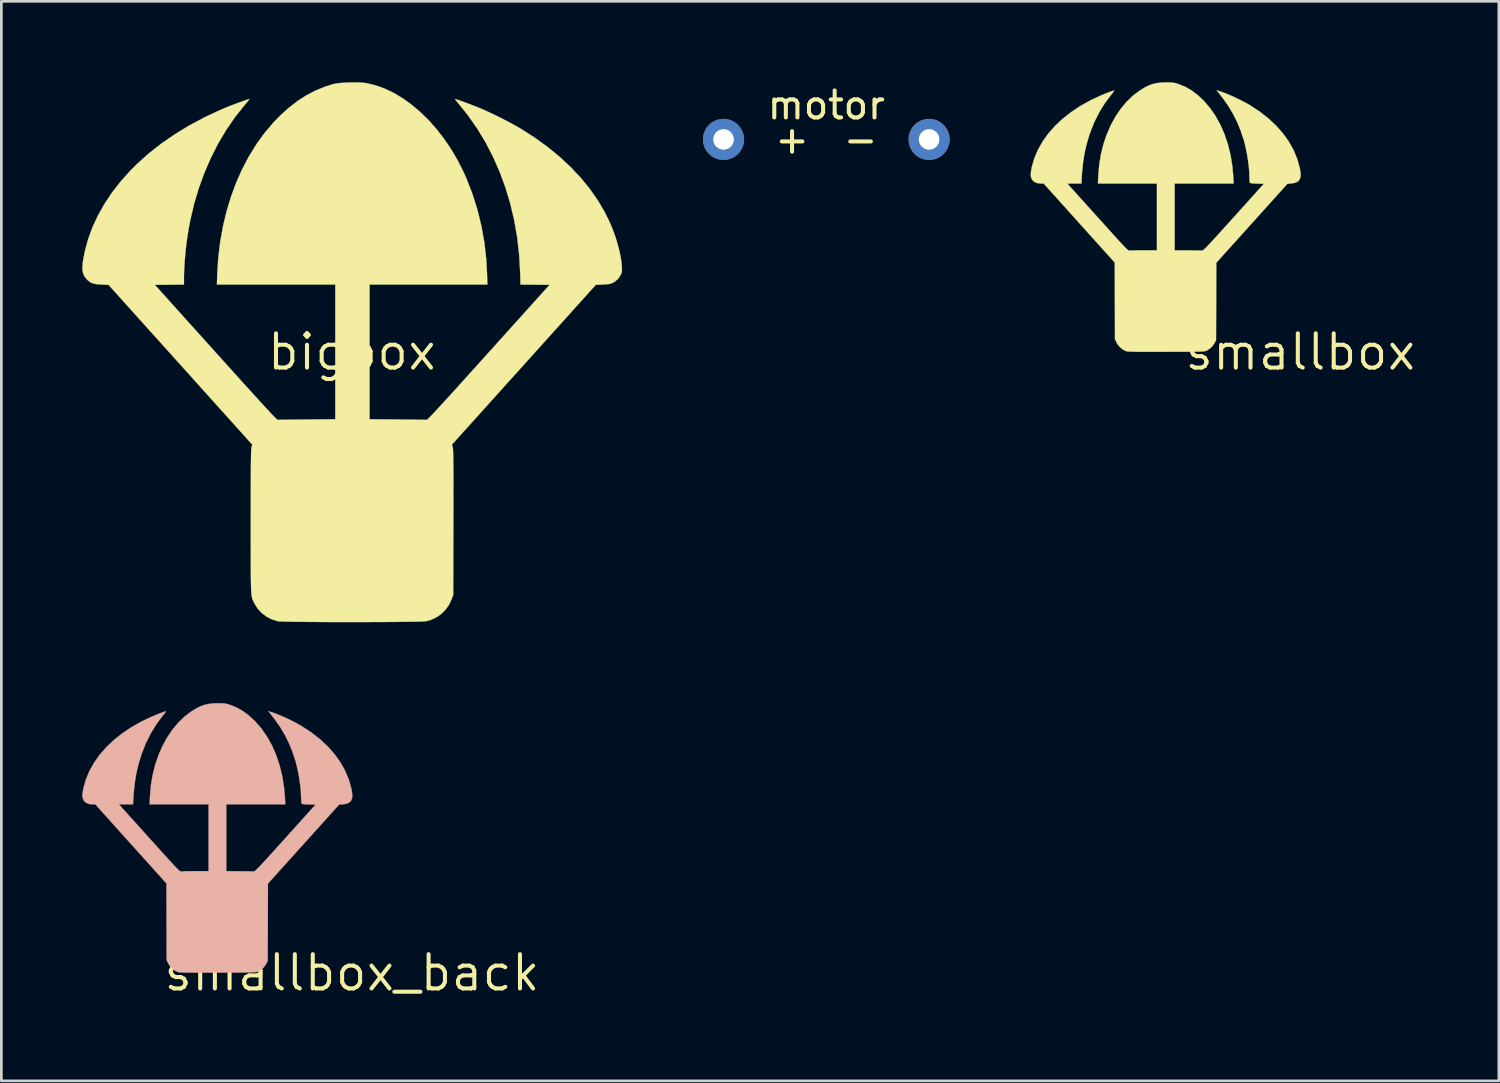
<source format=kicad_pcb>
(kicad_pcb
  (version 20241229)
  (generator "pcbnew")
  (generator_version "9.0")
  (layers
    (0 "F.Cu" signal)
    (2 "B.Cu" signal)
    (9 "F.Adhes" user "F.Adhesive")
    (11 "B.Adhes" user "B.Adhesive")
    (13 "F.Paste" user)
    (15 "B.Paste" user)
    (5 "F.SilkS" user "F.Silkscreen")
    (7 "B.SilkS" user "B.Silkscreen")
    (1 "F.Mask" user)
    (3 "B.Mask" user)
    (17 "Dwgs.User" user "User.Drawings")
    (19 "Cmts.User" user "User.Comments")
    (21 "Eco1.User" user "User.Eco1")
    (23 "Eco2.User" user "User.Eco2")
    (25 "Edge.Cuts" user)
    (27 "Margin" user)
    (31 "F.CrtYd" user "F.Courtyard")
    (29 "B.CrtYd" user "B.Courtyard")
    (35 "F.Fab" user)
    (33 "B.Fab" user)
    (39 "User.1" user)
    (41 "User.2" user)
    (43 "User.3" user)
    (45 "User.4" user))
  (footprint "bigbox"
    (layer "F.Cu")
    (at 9.992 9.995)
    (property "Reference" "bigbox" (at 0 0 0) (layer "F.SilkS") (effects (font (size 1.27 1.27) (thickness 0.15))))
    (attr through_hole)
    (fp_poly (pts (xy 0.237 -9.988) (xy 0.392 -9.98) (xy 0.522 -9.966) (xy 0.561 -9.96) (xy 0.902 -9.875) (xy 1.241 -9.75) (xy 1.578 -9.586) (xy 1.909 -9.386) (xy 2.232 -9.151) (xy 2.547 -8.884) (xy 2.85 -8.586) (xy 3.14 -8.259) (xy 3.414 -7.905) (xy 3.671 -7.526) (xy 3.909 -7.124) (xy 4.125 -6.701) (xy 4.236 -6.456) (xy 4.461 -5.88) (xy 4.65 -5.287) (xy 4.8 -4.678) (xy 4.911 -4.058) (xy 4.982 -3.43) (xy 5.01 -2.926) (xy 5.023 -2.498) (xy 0.656 -2.498) (xy 0.656 2.496) (xy 1.688 2.504) (xy 1.894 2.506) (xy 2.089 2.508) (xy 2.267 2.51) (xy 2.425 2.513) (xy 2.558 2.515) (xy 2.662 2.517) (xy 2.733 2.519) (xy 2.766 2.521) (xy 2.766 2.521) (xy 2.776 2.518) (xy 2.794 2.506) (xy 2.821 2.482) (xy 2.858 2.447) (xy 2.907 2.399) (xy 2.968 2.335) (xy 3.043 2.256) (xy 3.133 2.16) (xy 3.239 2.045) (xy 3.363 1.91) (xy 3.506 1.753) (xy 3.669 1.574) (xy 3.853 1.372) (xy 4.059 1.144) (xy 4.289 0.889) (xy 4.544 0.607) (xy 4.824 0.295) (xy 5.071 0.021) (xy 7.33 -2.487) (xy 6.79 -2.493) (xy 6.251 -2.498) (xy 6.238 -2.958) (xy 6.201 -3.61) (xy 6.128 -4.252) (xy 6.018 -4.881) (xy 5.873 -5.497) (xy 5.693 -6.096) (xy 5.479 -6.677) (xy 5.231 -7.238) (xy 4.952 -7.777) (xy 4.64 -8.29) (xy 4.298 -8.778) (xy 4.027 -9.118) (xy 3.955 -9.205) (xy 3.895 -9.28) (xy 3.851 -9.336) (xy 3.828 -9.37) (xy 3.826 -9.377) (xy 3.854 -9.37) (xy 3.915 -9.349) (xy 4.003 -9.319) (xy 4.11 -9.28) (xy 4.23 -9.236) (xy 4.356 -9.189) (xy 4.483 -9.14) (xy 4.603 -9.094) (xy 4.688 -9.06) (xy 4.859 -8.988) (xy 5.056 -8.899) (xy 5.271 -8.797) (xy 5.495 -8.687) (xy 5.717 -8.573) (xy 5.929 -8.461) (xy 6.121 -8.355) (xy 6.281 -8.262) (xy 6.793 -7.933) (xy 7.272 -7.585) (xy 7.715 -7.22) (xy 8.123 -6.839) (xy 8.495 -6.442) (xy 8.829 -6.031) (xy 9.125 -5.606) (xy 9.381 -5.168) (xy 9.557 -4.81) (xy 9.667 -4.549) (xy 9.765 -4.277) (xy 9.85 -4.003) (xy 9.919 -3.736) (xy 9.97 -3.485) (xy 10.001 -3.257) (xy 10.006 -3.181) (xy 10.011 -3.081) (xy 10.011 -3.011) (xy 10.004 -2.958) (xy 9.989 -2.911) (xy 9.965 -2.857) (xy 9.961 -2.849) (xy 9.873 -2.715) (xy 9.753 -2.609) (xy 9.653 -2.553) (xy 9.596 -2.532) (xy 9.528 -2.517) (xy 9.438 -2.506) (xy 9.317 -2.499) (xy 9.3 -2.498) (xy 9.042 -2.487) (xy 6.376 0.474) (xy 3.71 3.434) (xy 3.739 3.547) (xy 3.743 3.57) (xy 3.747 3.603) (xy 3.751 3.65) (xy 3.754 3.712) (xy 3.757 3.791) (xy 3.759 3.89) (xy 3.761 4.01) (xy 3.762 4.154) (xy 3.763 4.324) (xy 3.764 4.522) (xy 3.764 4.75) (xy 3.765 5.01) (xy 3.764 5.304) (xy 3.764 5.634) (xy 3.763 6.003) (xy 3.763 6.333) (xy 3.757 9.006) (xy 3.7 9.163) (xy 3.603 9.37) (xy 3.472 9.555) (xy 3.313 9.713) (xy 3.129 9.841) (xy 2.924 9.935) (xy 2.762 9.98) (xy 2.718 9.985) (xy 2.634 9.989) (xy 2.515 9.993) (xy 2.363 9.997) (xy 2.182 10) (xy 1.974 10.003) (xy 1.744 10.006) (xy 1.493 10.008) (xy 1.226 10.01) (xy 0.946 10.011) (xy 0.656 10.012) (xy 0.358 10.013) (xy 0.057 10.013) (xy -0.244 10.013) (xy -0.543 10.012) (xy -0.836 10.012) (xy -1.12 10.01) (xy -1.391 10.009) (xy -1.647 10.007) (xy -1.884 10.004) (xy -2.099 10.002) (xy -2.289 9.998) (xy -2.451 9.995) (xy -2.581 9.991) (xy -2.676 9.987) (xy -2.733 9.982) (xy -2.743 9.98) (xy -2.965 9.912) (xy -3.166 9.809) (xy -3.344 9.674) (xy -3.494 9.51) (xy -3.612 9.32) (xy -3.618 9.307) (xy -3.637 9.27) (xy -3.653 9.236) (xy -3.668 9.204) (xy -3.681 9.17) (xy -3.693 9.134) (xy -3.703 9.091) (xy -3.712 9.041) (xy -3.719 8.98) (xy -3.726 8.907) (xy -3.731 8.819) (xy -3.735 8.714) (xy -3.739 8.589) (xy -3.741 8.442) (xy -3.743 8.271) (xy -3.745 8.074) (xy -3.746 7.848) (xy -3.746 7.59) (xy -3.746 7.299) (xy -3.747 6.973) (xy -3.747 6.608) (xy -3.747 6.275) (xy -3.746 5.872) (xy -3.746 5.509) (xy -3.746 5.185) (xy -3.745 4.897) (xy -3.744 4.643) (xy -3.743 4.421) (xy -3.742 4.229) (xy -3.74 4.066) (xy -3.738 3.928) (xy -3.736 3.815) (xy -3.734 3.723) (xy -3.731 3.651) (xy -3.727 3.598) (xy -3.723 3.56) (xy -3.719 3.536) (xy -3.718 3.532) (xy -3.69 3.438) (xy -6.354 0.475) (xy -9.019 -2.487) (xy -9.277 -2.498) (xy -9.428 -2.508) (xy -9.546 -2.527) (xy -9.641 -2.557) (xy -9.721 -2.601) (xy -9.796 -2.664) (xy -9.815 -2.681) (xy -9.882 -2.759) (xy -9.933 -2.841) (xy -9.967 -2.934) (xy -9.985 -3.041) (xy -9.987 -3.168) (xy -9.973 -3.32) (xy -9.943 -3.501) (xy -9.899 -3.716) (xy -9.893 -3.744) (xy -9.773 -4.187) (xy -9.612 -4.626) (xy -9.41 -5.06) (xy -9.17 -5.486) (xy -8.892 -5.903) (xy -8.578 -6.309) (xy -8.228 -6.701) (xy -7.971 -6.959) (xy -7.538 -7.348) (xy -7.07 -7.717) (xy -6.567 -8.065) (xy -6.033 -8.39) (xy -5.469 -8.692) (xy -4.879 -8.968) (xy -4.732 -9.031) (xy -4.633 -9.071) (xy -4.519 -9.117) (xy -4.395 -9.164) (xy -4.268 -9.212) (xy -4.145 -9.257) (xy -4.031 -9.298) (xy -3.933 -9.332) (xy -3.858 -9.357) (xy -3.811 -9.371) (xy -3.798 -9.372) (xy -3.808 -9.354) (xy -3.841 -9.311) (xy -3.892 -9.248) (xy -3.956 -9.173) (xy -3.963 -9.165) (xy -4.32 -8.718) (xy -4.649 -8.241) (xy -4.951 -7.735) (xy -5.222 -7.203) (xy -5.463 -6.648) (xy -5.673 -6.072) (xy -5.85 -5.477) (xy -5.993 -4.866) (xy -6.063 -4.487) (xy -6.113 -4.157) (xy -6.155 -3.818) (xy -6.187 -3.483) (xy -6.21 -3.162) (xy -6.222 -2.866) (xy -6.223 -2.747) (xy -6.223 -2.498) (xy -7.303 -2.487) (xy -5.046 0.021) (xy -4.741 0.359) (xy -4.464 0.667) (xy -4.212 0.946) (xy -3.985 1.198) (xy -3.781 1.422) (xy -3.6 1.622) (xy -3.44 1.798) (xy -3.3 1.951) (xy -3.179 2.082) (xy -3.075 2.194) (xy -2.988 2.287) (xy -2.917 2.362) (xy -2.859 2.421) (xy -2.814 2.466) (xy -2.781 2.496) (xy -2.759 2.514) (xy -2.746 2.521) (xy -2.743 2.521) (xy -2.714 2.519) (xy -2.646 2.517) (xy -2.545 2.515) (xy -2.414 2.513) (xy -2.258 2.511) (xy -2.081 2.509) (xy -1.887 2.507) (xy -1.681 2.505) (xy -1.656 2.504) (xy -0.614 2.496) (xy -0.614 -2.498) (xy -5.002 -2.498) (xy -4.989 -2.884) (xy -4.951 -3.486) (xy -4.88 -4.077) (xy -4.777 -4.654) (xy -4.643 -5.214) (xy -4.479 -5.757) (xy -4.286 -6.278) (xy -4.064 -6.777) (xy -3.814 -7.251) (xy -3.537 -7.699) (xy -3.235 -8.117) (xy -2.907 -8.503) (xy -2.654 -8.764) (xy -2.333 -9.053) (xy -2.011 -9.302) (xy -1.683 -9.513) (xy -1.345 -9.689) (xy -0.994 -9.833) (xy -0.688 -9.928) (xy -0.583 -9.95) (xy -0.445 -9.967) (xy -0.285 -9.979) (xy -0.111 -9.987) (xy 0.066 -9.99) (xy 0.237 -9.988)) (stroke (width 0.01) (type solid)) (fill yes) (layer "F.SilkS")))
  (footprint "smallbox_back"
    (layer "F.Cu")
    (at 9.995 33.009)
    (property "Reference" "smallbox_back" (at 0 0 0) (layer "F.SilkS") (effects (font (size 1.27 1.27) (thickness 0.15))))
    (attr through_hole)
    (fp_poly (pts (xy -4.854 -9.99) (xy -4.764 -9.986) (xy -4.692 -9.978) (xy -4.624 -9.964) (xy -4.548 -9.941) (xy -4.501 -9.926) (xy -4.262 -9.828) (xy -4.033 -9.697) (xy -3.811 -9.53) (xy -3.589 -9.324) (xy -3.586 -9.321) (xy -3.354 -9.054) (xy -3.146 -8.754) (xy -2.964 -8.426) (xy -2.809 -8.071) (xy -2.682 -7.694) (xy -2.584 -7.297) (xy -2.517 -6.882) (xy -2.485 -6.514) (xy -2.47 -6.244) (xy -3.563 -6.244) (xy -4.657 -6.244) (xy -4.657 -3.768) (xy -4.17 -3.764) (xy -4.028 -3.763) (xy -3.897 -3.761) (xy -3.785 -3.76) (xy -3.698 -3.759) (xy -3.644 -3.759) (xy -3.631 -3.758) (xy -3.616 -3.763) (xy -3.594 -3.778) (xy -3.562 -3.805) (xy -3.518 -3.847) (xy -3.46 -3.905) (xy -3.388 -3.981) (xy -3.298 -4.076) (xy -3.189 -4.194) (xy -3.06 -4.335) (xy -2.909 -4.502) (xy -2.734 -4.696) (xy -2.533 -4.919) (xy -2.464 -4.995) (xy -1.349 -6.234) (xy -1.6 -6.24) (xy -1.728 -6.245) (xy -1.815 -6.254) (xy -1.86 -6.266) (xy -1.867 -6.271) (xy -1.874 -6.303) (xy -1.88 -6.366) (xy -1.883 -6.449) (xy -1.884 -6.499) (xy -1.891 -6.684) (xy -1.91 -6.897) (xy -1.94 -7.126) (xy -1.979 -7.36) (xy -2.025 -7.585) (xy -2.075 -7.791) (xy -2.098 -7.87) (xy -2.211 -8.208) (xy -2.339 -8.521) (xy -2.486 -8.816) (xy -2.657 -9.104) (xy -2.858 -9.392) (xy -3.042 -9.629) (xy -3.1 -9.7) (xy -3.048 -9.684) (xy -2.866 -9.623) (xy -2.661 -9.542) (xy -2.444 -9.447) (xy -2.228 -9.343) (xy -2.022 -9.236) (xy -1.863 -9.145) (xy -1.504 -8.909) (xy -1.18 -8.656) (xy -0.892 -8.386) (xy -0.641 -8.101) (xy -0.427 -7.802) (xy -0.252 -7.49) (xy -0.116 -7.165) (xy -0.021 -6.83) (xy -0.01 -6.776) (xy 0.013 -6.618) (xy 0.009 -6.491) (xy -0.024 -6.393) (xy -0.086 -6.321) (xy -0.18 -6.274) (xy -0.306 -6.248) (xy -0.338 -6.245) (xy -0.476 -6.234) (xy -1.794 -4.77) (xy -3.113 -3.306) (xy -3.117 -1.87) (xy -3.122 -0.434) (xy -3.185 -0.321) (xy -3.257 -0.213) (xy -3.345 -0.129) (xy -3.458 -0.057) (xy -3.476 -0.048) (xy -3.494 -0.04) (xy -3.516 -0.033) (xy -3.545 -0.028) (xy -3.584 -0.023) (xy -3.637 -0.019) (xy -3.705 -0.016) (xy -3.794 -0.014) (xy -3.905 -0.012) (xy -4.042 -0.01) (xy -4.208 -0.009) (xy -4.407 -0.008) (xy -4.641 -0.008) (xy -4.913 -0.007) (xy -4.964 -0.007) (xy -5.249 -0.006) (xy -5.495 -0.006) (xy -5.705 -0.006) (xy -5.882 -0.006) (xy -6.029 -0.007) (xy -6.149 -0.009) (xy -6.245 -0.012) (xy -6.32 -0.015) (xy -6.377 -0.018) (xy -6.419 -0.023) (xy -6.45 -0.029) (xy -6.471 -0.035) (xy -6.572 -0.088) (xy -6.673 -0.169) (xy -6.759 -0.267) (xy -6.818 -0.365) (xy -6.869 -0.476) (xy -6.872 -1.894) (xy -6.876 -3.313) (xy -8.194 -4.778) (xy -9.512 -6.244) (xy -9.63 -6.244) (xy -9.759 -6.26) (xy -9.863 -6.307) (xy -9.938 -6.382) (xy -9.981 -6.482) (xy -9.99 -6.57) (xy -9.985 -6.643) (xy -9.972 -6.739) (xy -9.954 -6.839) (xy -9.95 -6.858) (xy -9.856 -7.182) (xy -9.723 -7.496) (xy -9.55 -7.8) (xy -9.341 -8.093) (xy -9.096 -8.371) (xy -8.818 -8.635) (xy -8.507 -8.881) (xy -8.166 -9.11) (xy -7.795 -9.318) (xy -7.397 -9.505) (xy -7.224 -9.576) (xy -7.118 -9.617) (xy -7.026 -9.652) (xy -6.953 -9.678) (xy -6.909 -9.692) (xy -6.9 -9.694) (xy -6.902 -9.679) (xy -6.928 -9.639) (xy -6.972 -9.58) (xy -7.012 -9.53) (xy -7.245 -9.221) (xy -7.454 -8.88) (xy -7.636 -8.515) (xy -7.789 -8.13) (xy -7.808 -8.075) (xy -7.912 -7.73) (xy -7.992 -7.391) (xy -8.049 -7.043) (xy -8.087 -6.674) (xy -8.098 -6.514) (xy -8.113 -6.244) (xy -8.375 -6.244) (xy -8.637 -6.244) (xy -7.511 -4.993) (xy -7.305 -4.766) (xy -7.127 -4.567) (xy -6.972 -4.396) (xy -6.84 -4.251) (xy -6.729 -4.129) (xy -6.636 -4.028) (xy -6.56 -3.947) (xy -6.499 -3.884) (xy -6.45 -3.835) (xy -6.412 -3.8) (xy -6.384 -3.777) (xy -6.362 -3.762) (xy -6.346 -3.756) (xy -6.332 -3.754) (xy -6.322 -3.755) (xy -6.283 -3.759) (xy -6.209 -3.762) (xy -6.107 -3.765) (xy -5.983 -3.767) (xy -5.846 -3.768) (xy -5.786 -3.768) (xy -5.313 -3.768) (xy -5.313 -6.244) (xy -7.5 -6.244) (xy -7.486 -6.546) (xy -7.452 -6.944) (xy -7.388 -7.331) (xy -7.294 -7.706) (xy -7.172 -8.065) (xy -7.024 -8.404) (xy -6.852 -8.72) (xy -6.656 -9.01) (xy -6.439 -9.271) (xy -6.203 -9.499) (xy -5.957 -9.685) (xy -5.777 -9.797) (xy -5.612 -9.88) (xy -5.452 -9.937) (xy -5.284 -9.972) (xy -5.098 -9.988) (xy -4.974 -9.991) (xy -4.854 -9.99)) (stroke (width 0.01) (type solid)) (fill yes) (layer "B.SilkS")))
  (footprint "motor"
    (layer "F.Cu")
    (at 27.579 2.118)
    (property "Reference" "motor" (at 0 -1.27 0) (layer "F.SilkS") (effects (font (size 1 1) (thickness 0.15))))
    (attr through_hole)
    (fp_text user "+" (at -1.27 0 0) (layer "F.SilkS") (effects (font (size 1 1) (thickness 0.15))))
    (fp_text user "-" (at 1.27 0 0) (layer "F.SilkS") (effects (font (size 1 1) (thickness 0.15))))
    (pad "1" thru_hole circle (at -3.81 0) (size 1.524 1.524) (drill 0.762) (layers "*.Cu" "*.Mask"))
    (pad "2" thru_hole circle (at 3.81 0) (size 1.524 1.524) (drill 0.762) (layers "*.Cu" "*.Mask")))
  (footprint "smallbox"
    (layer "F.Cu")
    (at 45.147 9.996)
    (property "Reference" "smallbox" (at 0 0 0) (layer "F.SilkS") (effects (font (size 1.27 1.27) (thickness 0.15))))
    (attr through_hole)
    (fp_poly (pts (xy -4.854 -9.99) (xy -4.764 -9.986) (xy -4.692 -9.978) (xy -4.624 -9.964) (xy -4.548 -9.941) (xy -4.501 -9.926) (xy -4.262 -9.828) (xy -4.033 -9.697) (xy -3.811 -9.53) (xy -3.589 -9.324) (xy -3.586 -9.321) (xy -3.354 -9.054) (xy -3.146 -8.754) (xy -2.964 -8.426) (xy -2.809 -8.071) (xy -2.682 -7.694) (xy -2.584 -7.297) (xy -2.517 -6.882) (xy -2.485 -6.514) (xy -2.47 -6.244) (xy -3.563 -6.244) (xy -4.657 -6.244) (xy -4.657 -3.768) (xy -4.17 -3.764) (xy -4.028 -3.763) (xy -3.897 -3.761) (xy -3.785 -3.76) (xy -3.698 -3.759) (xy -3.644 -3.759) (xy -3.631 -3.758) (xy -3.616 -3.763) (xy -3.594 -3.778) (xy -3.562 -3.805) (xy -3.518 -3.847) (xy -3.46 -3.905) (xy -3.388 -3.981) (xy -3.298 -4.076) (xy -3.189 -4.194) (xy -3.06 -4.335) (xy -2.909 -4.502) (xy -2.734 -4.696) (xy -2.533 -4.919) (xy -2.464 -4.995) (xy -1.349 -6.234) (xy -1.6 -6.24) (xy -1.728 -6.245) (xy -1.815 -6.254) (xy -1.86 -6.266) (xy -1.867 -6.271) (xy -1.874 -6.303) (xy -1.88 -6.366) (xy -1.883 -6.449) (xy -1.884 -6.499) (xy -1.891 -6.684) (xy -1.91 -6.897) (xy -1.94 -7.126) (xy -1.979 -7.36) (xy -2.025 -7.585) (xy -2.075 -7.791) (xy -2.098 -7.87) (xy -2.211 -8.208) (xy -2.339 -8.521) (xy -2.486 -8.816) (xy -2.657 -9.104) (xy -2.858 -9.392) (xy -3.042 -9.629) (xy -3.1 -9.7) (xy -3.048 -9.684) (xy -2.866 -9.623) (xy -2.661 -9.542) (xy -2.444 -9.447) (xy -2.228 -9.343) (xy -2.022 -9.236) (xy -1.863 -9.145) (xy -1.504 -8.909) (xy -1.18 -8.656) (xy -0.892 -8.386) (xy -0.641 -8.101) (xy -0.427 -7.802) (xy -0.252 -7.49) (xy -0.116 -7.165) (xy -0.021 -6.83) (xy -0.01 -6.776) (xy 0.013 -6.618) (xy 0.009 -6.491) (xy -0.024 -6.393) (xy -0.086 -6.321) (xy -0.18 -6.274) (xy -0.306 -6.248) (xy -0.338 -6.245) (xy -0.476 -6.234) (xy -1.794 -4.77) (xy -3.113 -3.306) (xy -3.117 -1.87) (xy -3.122 -0.434) (xy -3.185 -0.321) (xy -3.257 -0.213) (xy -3.345 -0.129) (xy -3.458 -0.057) (xy -3.476 -0.048) (xy -3.494 -0.04) (xy -3.516 -0.033) (xy -3.545 -0.028) (xy -3.584 -0.023) (xy -3.637 -0.019) (xy -3.705 -0.016) (xy -3.794 -0.014) (xy -3.905 -0.012) (xy -4.042 -0.01) (xy -4.208 -0.009) (xy -4.407 -0.008) (xy -4.641 -0.008) (xy -4.913 -0.007) (xy -4.964 -0.007) (xy -5.249 -0.006) (xy -5.495 -0.006) (xy -5.705 -0.006) (xy -5.882 -0.006) (xy -6.029 -0.007) (xy -6.149 -0.009) (xy -6.245 -0.012) (xy -6.32 -0.015) (xy -6.377 -0.018) (xy -6.419 -0.023) (xy -6.45 -0.029) (xy -6.471 -0.035) (xy -6.572 -0.088) (xy -6.673 -0.169) (xy -6.759 -0.267) (xy -6.818 -0.365) (xy -6.869 -0.476) (xy -6.872 -1.894) (xy -6.876 -3.313) (xy -8.194 -4.778) (xy -9.512 -6.244) (xy -9.63 -6.244) (xy -9.759 -6.26) (xy -9.863 -6.307) (xy -9.938 -6.382) (xy -9.981 -6.482) (xy -9.99 -6.57) (xy -9.985 -6.643) (xy -9.972 -6.739) (xy -9.954 -6.839) (xy -9.95 -6.858) (xy -9.856 -7.182) (xy -9.723 -7.496) (xy -9.55 -7.8) (xy -9.341 -8.093) (xy -9.096 -8.371) (xy -8.818 -8.635) (xy -8.507 -8.881) (xy -8.166 -9.11) (xy -7.795 -9.318) (xy -7.397 -9.505) (xy -7.224 -9.576) (xy -7.118 -9.617) (xy -7.026 -9.652) (xy -6.953 -9.678) (xy -6.909 -9.692) (xy -6.9 -9.694) (xy -6.902 -9.679) (xy -6.928 -9.639) (xy -6.972 -9.58) (xy -7.012 -9.53) (xy -7.245 -9.221) (xy -7.454 -8.88) (xy -7.636 -8.515) (xy -7.789 -8.13) (xy -7.808 -8.075) (xy -7.912 -7.73) (xy -7.992 -7.391) (xy -8.049 -7.043) (xy -8.087 -6.674) (xy -8.098 -6.514) (xy -8.113 -6.244) (xy -8.375 -6.244) (xy -8.637 -6.244) (xy -7.511 -4.993) (xy -7.305 -4.766) (xy -7.127 -4.567) (xy -6.972 -4.396) (xy -6.84 -4.251) (xy -6.729 -4.129) (xy -6.636 -4.028) (xy -6.56 -3.947) (xy -6.499 -3.884) (xy -6.45 -3.835) (xy -6.412 -3.8) (xy -6.384 -3.777) (xy -6.362 -3.762) (xy -6.346 -3.756) (xy -6.332 -3.754) (xy -6.322 -3.755) (xy -6.283 -3.759) (xy -6.209 -3.762) (xy -6.107 -3.765) (xy -5.983 -3.767) (xy -5.846 -3.768) (xy -5.786 -3.768) (xy -5.313 -3.768) (xy -5.313 -6.244) (xy -7.5 -6.244) (xy -7.486 -6.546) (xy -7.452 -6.944) (xy -7.388 -7.331) (xy -7.294 -7.706) (xy -7.172 -8.065) (xy -7.024 -8.404) (xy -6.852 -8.72) (xy -6.656 -9.01) (xy -6.439 -9.271) (xy -6.203 -9.499) (xy -5.957 -9.685) (xy -5.777 -9.797) (xy -5.612 -9.88) (xy -5.452 -9.937) (xy -5.284 -9.972) (xy -5.098 -9.988) (xy -4.974 -9.991) (xy -4.854 -9.99)) (stroke (width 0.01) (type solid)) (fill yes) (layer "F.SilkS")))
  (gr_rect
    (start -3 -3)
    (end 52.508 37.015)
    (stroke (width 0.1) (type default))
    (fill no)
    (layer "Edge.Cuts")))
</source>
